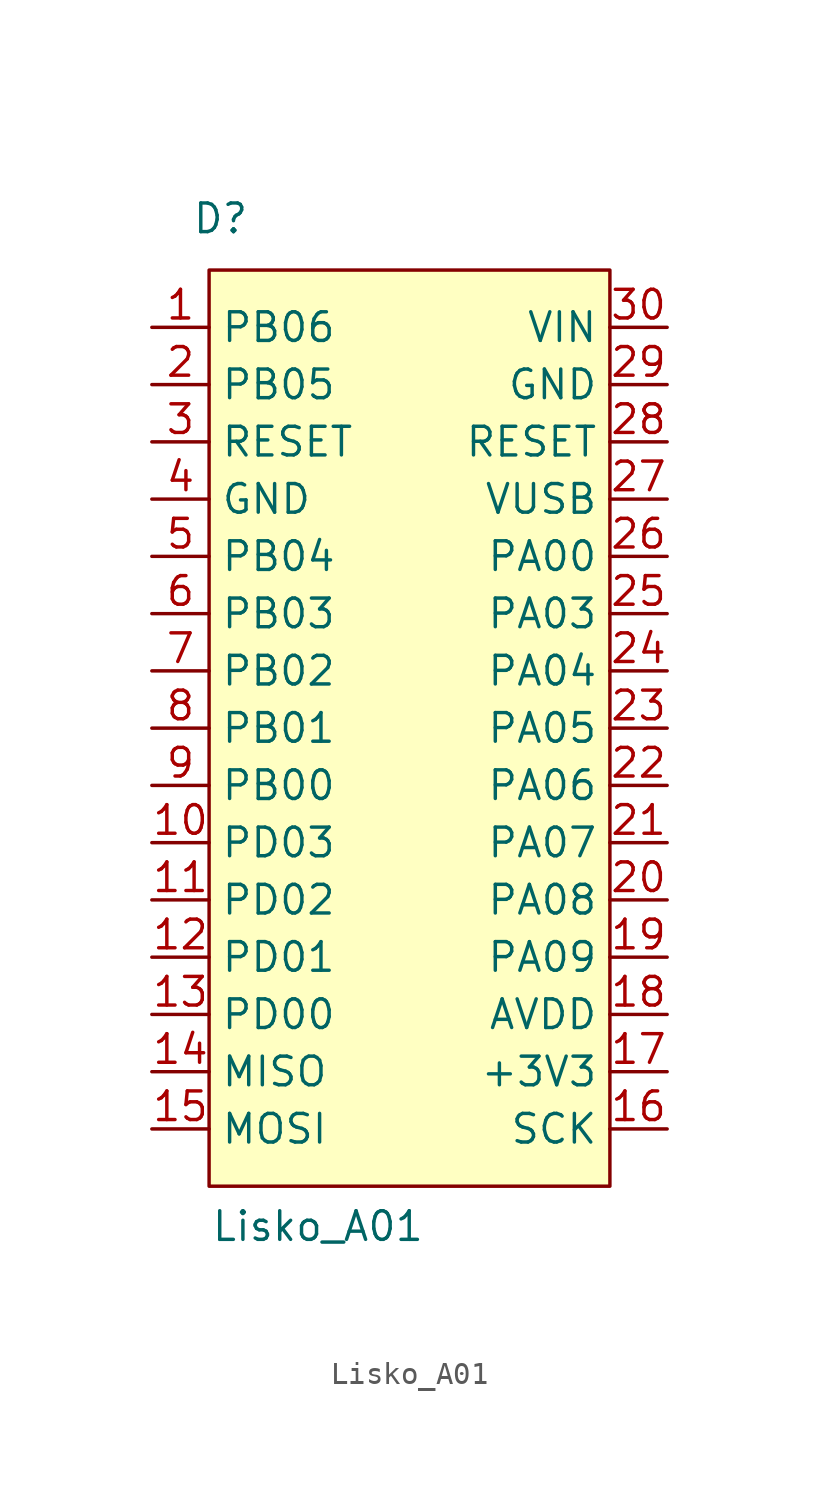
<source format=kicad_sym>
(kicad_symbol_lib
  (version 20231120)
  (generator "kicad_symbol_editor")
  (generator_version "8.0")
  (symbol "Lisko_A01"
    (property "Reference" "D"
      (at 3.048 4.826 0)
      (effects (font (size 1.27 1.27))))
    (property "Value" "Lisko_A01"
      (at 7.366 -39.878 0)
      (effects (font (size 1.27 1.27))))
    (symbol "Lisko_A01_1_1"
      (rectangle (start 2.54 2.54) (end 20.32 -38.1) (stroke (width 0) (type default)) (fill (type background)))
      (pin bidirectional line (at 0 0 0) (length 2.54) (name "PB06" (effects (font (size 1.27 1.27)))) (number "1" (effects (font (size 1.27 1.27)))))
      (pin input line (at 0 -22.86 0) (length 2.54) (name "PD03" (effects (font (size 1.27 1.27)))) (number "10" (effects (font (size 1.27 1.27)))))
      (pin input line (at 0 -25.4 0) (length 2.54) (name "PD02" (effects (font (size 1.27 1.27)))) (number "11" (effects (font (size 1.27 1.27)))))
      (pin input line (at 0 -27.94 0) (length 2.54) (name "PD01" (effects (font (size 1.27 1.27)))) (number "12" (effects (font (size 1.27 1.27)))))
      (pin input line (at 0 -30.48 0) (length 2.54) (name "PD00" (effects (font (size 1.27 1.27)))) (number "13" (effects (font (size 1.27 1.27)))))
      (pin input line (at 0 -33.02 0) (length 2.54) (name "MISO" (effects (font (size 1.27 1.27)))) (number "14" (effects (font (size 1.27 1.27)))))
      (pin output line (at 0 -35.56 0) (length 2.54) (name "MOSI" (effects (font (size 1.27 1.27)))) (number "15" (effects (font (size 1.27 1.27)))))
      (pin output line (at 22.86 -35.56 180) (length 2.54) (name "SCK" (effects (font (size 1.27 1.27)))) (number "16" (effects (font (size 1.27 1.27)))))
      (pin power_out line (at 22.86 -33.02 180) (length 2.54) (name "+3V3" (effects (font (size 1.27 1.27)))) (number "17" (effects (font (size 1.27 1.27)))))
      (pin power_in line (at 22.86 -30.48 180) (length 2.54) (name "AVDD" (effects (font (size 1.27 1.27)))) (number "18" (effects (font (size 1.27 1.27)))))
      (pin bidirectional line (at 22.86 -27.94 180) (length 2.54) (name "PA09" (effects (font (size 1.27 1.27)))) (number "19" (effects (font (size 1.27 1.27)))))
      (pin bidirectional line (at 0 -2.54 0) (length 2.54) (name "PB05" (effects (font (size 1.27 1.27)))) (number "2" (effects (font (size 1.27 1.27)))))
      (pin bidirectional line (at 22.86 -25.4 180) (length 2.54) (name "PA08" (effects (font (size 1.27 1.27)))) (number "20" (effects (font (size 1.27 1.27)))))
      (pin bidirectional line (at 22.86 -22.86 180) (length 2.54) (name "PA07" (effects (font (size 1.27 1.27)))) (number "21" (effects (font (size 1.27 1.27)))))
      (pin bidirectional line (at 22.86 -20.32 180) (length 2.54) (name "PA06" (effects (font (size 1.27 1.27)))) (number "22" (effects (font (size 1.27 1.27)))))
      (pin bidirectional line (at 22.86 -17.78 180) (length 2.54) (name "PA05" (effects (font (size 1.27 1.27)))) (number "23" (effects (font (size 1.27 1.27)))))
      (pin bidirectional line (at 22.86 -15.24 180) (length 2.54) (name "PA04" (effects (font (size 1.27 1.27)))) (number "24" (effects (font (size 1.27 1.27)))))
      (pin bidirectional line (at 22.86 -12.7 180) (length 2.54) (name "PA03" (effects (font (size 1.27 1.27)))) (number "25" (effects (font (size 1.27 1.27)))))
      (pin bidirectional line (at 22.86 -10.16 180) (length 2.54) (name "PA00" (effects (font (size 1.27 1.27)))) (number "26" (effects (font (size 1.27 1.27)))))
      (pin power_out line (at 22.86 -7.62 180) (length 2.54) (name "VUSB" (effects (font (size 1.27 1.27)))) (number "27" (effects (font (size 1.27 1.27)))))
      (pin input line (at 22.86 -5.08 180) (length 2.54) (name "RESET" (effects (font (size 1.27 1.27)))) (number "28" (effects (font (size 1.27 1.27)))))
      (pin power_in line (at 22.86 -2.54 180) (length 2.54) (name "GND" (effects (font (size 1.27 1.27)))) (number "29" (effects (font (size 1.27 1.27)))))
      (pin input line (at 0 -5.08 0) (length 2.54) (name "RESET" (effects (font (size 1.27 1.27)))) (number "3" (effects (font (size 1.27 1.27)))))
      (pin power_in line (at 22.86 0 180) (length 2.54) (name "VIN" (effects (font (size 1.27 1.27)))) (number "30" (effects (font (size 1.27 1.27)))))
      (pin power_in line (at 0 -7.62 0) (length 2.54) (name "GND" (effects (font (size 1.27 1.27)))) (number "4" (effects (font (size 1.27 1.27)))))
      (pin input line (at 0 -10.16 0) (length 2.54) (name "PB04" (effects (font (size 1.27 1.27)))) (number "5" (effects (font (size 1.27 1.27)))))
      (pin input line (at 0 -12.7 0) (length 2.54) (name "PB03" (effects (font (size 1.27 1.27)))) (number "6" (effects (font (size 1.27 1.27)))))
      (pin input line (at 0 -15.24 0) (length 2.54) (name "PB02" (effects (font (size 1.27 1.27)))) (number "7" (effects (font (size 1.27 1.27)))))
      (pin input line (at 0 -17.78 0) (length 2.54) (name "PB01" (effects (font (size 1.27 1.27)))) (number "8" (effects (font (size 1.27 1.27)))))
      (pin input line (at 0 -20.32 0) (length 2.54) (name "PB00" (effects (font (size 1.27 1.27)))) (number "9" (effects (font (size 1.27 1.27))))))))
</source>
